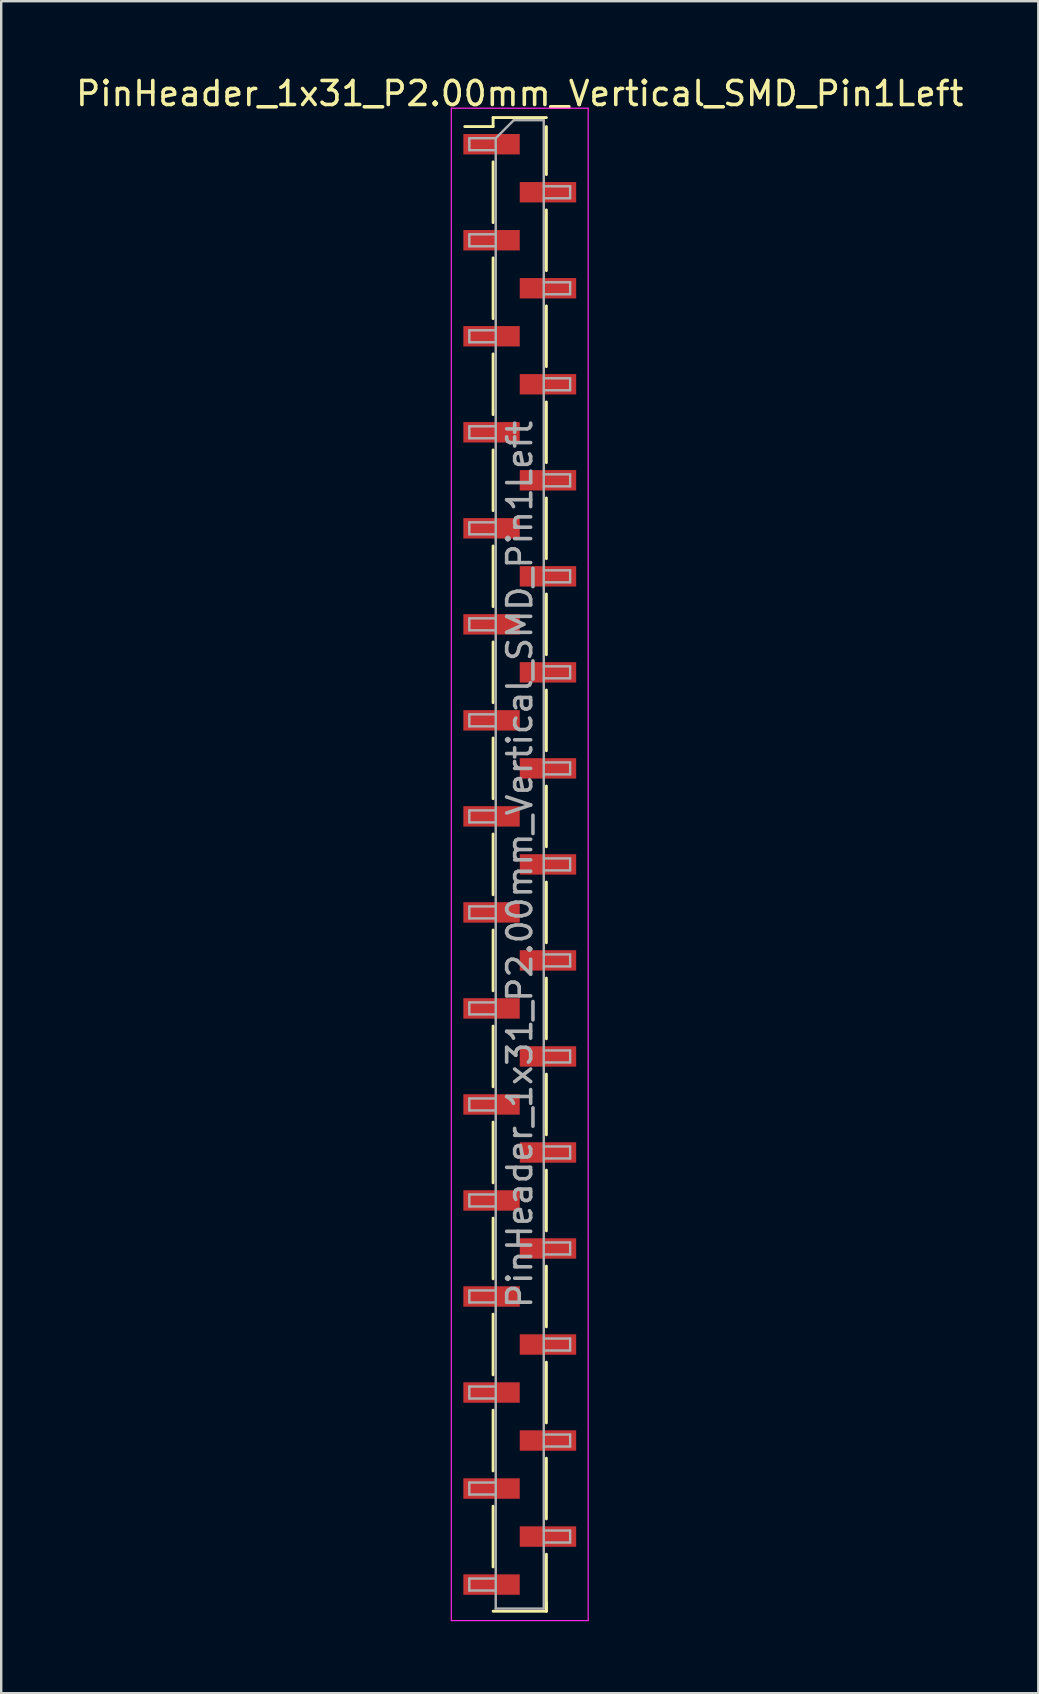
<source format=kicad_pcb>
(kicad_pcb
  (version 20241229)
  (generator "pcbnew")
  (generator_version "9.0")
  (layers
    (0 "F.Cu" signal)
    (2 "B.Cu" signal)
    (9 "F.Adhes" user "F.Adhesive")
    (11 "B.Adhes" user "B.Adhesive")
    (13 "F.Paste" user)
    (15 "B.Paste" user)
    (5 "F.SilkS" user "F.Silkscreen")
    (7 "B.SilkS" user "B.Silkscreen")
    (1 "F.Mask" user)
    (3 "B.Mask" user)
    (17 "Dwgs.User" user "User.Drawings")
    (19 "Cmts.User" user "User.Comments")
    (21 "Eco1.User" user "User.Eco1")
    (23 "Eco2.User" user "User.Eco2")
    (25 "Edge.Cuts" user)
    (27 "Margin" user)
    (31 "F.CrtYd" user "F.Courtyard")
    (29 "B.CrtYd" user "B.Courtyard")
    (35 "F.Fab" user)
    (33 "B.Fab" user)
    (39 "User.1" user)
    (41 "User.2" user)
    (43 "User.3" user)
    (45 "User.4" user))
  (footprint "PinHeader_1x31_P2.00mm_Vertical_SMD_Pin1Left"
    (layer "F.Cu")
    (at 18.601 32.958)
    (property "Reference" "PinHeader_1x31_P2.00mm_Vertical_SMD_Pin1Left" (at 0 -32.11 0) (layer "F.SilkS") (effects (font (size 1 1) (thickness 0.15))))
    (attr smd)
    (fp_line (start -1.11 -31.11) (end -1.11 -30.735) (stroke (width 0.12) (type solid)) (layer "F.SilkS"))
    (fp_line (start -1.11 -31.11) (end 1.11 -31.11) (stroke (width 0.12) (type solid)) (layer "F.SilkS"))
    (fp_line (start -1.11 -30.735) (end -2.29 -30.735) (stroke (width 0.12) (type solid)) (layer "F.SilkS"))
    (fp_line (start -1.11 -29.265) (end -1.11 -26.735) (stroke (width 0.12) (type solid)) (layer "F.SilkS"))
    (fp_line (start -1.11 -25.265) (end -1.11 -22.735) (stroke (width 0.12) (type solid)) (layer "F.SilkS"))
    (fp_line (start -1.11 -21.265) (end -1.11 -18.735) (stroke (width 0.12) (type solid)) (layer "F.SilkS"))
    (fp_line (start -1.11 -17.265) (end -1.11 -14.735) (stroke (width 0.12) (type solid)) (layer "F.SilkS"))
    (fp_line (start -1.11 -13.265) (end -1.11 -10.735) (stroke (width 0.12) (type solid)) (layer "F.SilkS"))
    (fp_line (start -1.11 -9.265) (end -1.11 -6.735) (stroke (width 0.12) (type solid)) (layer "F.SilkS"))
    (fp_line (start -1.11 -5.265) (end -1.11 -2.735) (stroke (width 0.12) (type solid)) (layer "F.SilkS"))
    (fp_line (start -1.11 -1.265) (end -1.11 1.265) (stroke (width 0.12) (type solid)) (layer "F.SilkS"))
    (fp_line (start -1.11 2.735) (end -1.11 5.265) (stroke (width 0.12) (type solid)) (layer "F.SilkS"))
    (fp_line (start -1.11 6.735) (end -1.11 9.265) (stroke (width 0.12) (type solid)) (layer "F.SilkS"))
    (fp_line (start -1.11 10.735) (end -1.11 13.265) (stroke (width 0.12) (type solid)) (layer "F.SilkS"))
    (fp_line (start -1.11 14.735) (end -1.11 17.265) (stroke (width 0.12) (type solid)) (layer "F.SilkS"))
    (fp_line (start -1.11 18.735) (end -1.11 21.265) (stroke (width 0.12) (type solid)) (layer "F.SilkS"))
    (fp_line (start -1.11 22.735) (end -1.11 25.265) (stroke (width 0.12) (type solid)) (layer "F.SilkS"))
    (fp_line (start -1.11 26.735) (end -1.11 29.265) (stroke (width 0.12) (type solid)) (layer "F.SilkS"))
    (fp_line (start -1.11 31.11) (end 1.11 31.11) (stroke (width 0.12) (type solid)) (layer "F.SilkS"))
    (fp_line (start 1.11 -30.735) (end 1.11 -28.735) (stroke (width 0.12) (type solid)) (layer "F.SilkS"))
    (fp_line (start 1.11 -27.265) (end 1.11 -24.735) (stroke (width 0.12) (type solid)) (layer "F.SilkS"))
    (fp_line (start 1.11 -23.265) (end 1.11 -20.735) (stroke (width 0.12) (type solid)) (layer "F.SilkS"))
    (fp_line (start 1.11 -19.265) (end 1.11 -16.735) (stroke (width 0.12) (type solid)) (layer "F.SilkS"))
    (fp_line (start 1.11 -15.265) (end 1.11 -12.735) (stroke (width 0.12) (type solid)) (layer "F.SilkS"))
    (fp_line (start 1.11 -11.265) (end 1.11 -8.735) (stroke (width 0.12) (type solid)) (layer "F.SilkS"))
    (fp_line (start 1.11 -7.265) (end 1.11 -4.735) (stroke (width 0.12) (type solid)) (layer "F.SilkS"))
    (fp_line (start 1.11 -3.265) (end 1.11 -0.735) (stroke (width 0.12) (type solid)) (layer "F.SilkS"))
    (fp_line (start 1.11 0.735) (end 1.11 3.265) (stroke (width 0.12) (type solid)) (layer "F.SilkS"))
    (fp_line (start 1.11 4.735) (end 1.11 7.265) (stroke (width 0.12) (type solid)) (layer "F.SilkS"))
    (fp_line (start 1.11 8.735) (end 1.11 11.265) (stroke (width 0.12) (type solid)) (layer "F.SilkS"))
    (fp_line (start 1.11 12.735) (end 1.11 15.265) (stroke (width 0.12) (type solid)) (layer "F.SilkS"))
    (fp_line (start 1.11 16.735) (end 1.11 19.265) (stroke (width 0.12) (type solid)) (layer "F.SilkS"))
    (fp_line (start 1.11 20.735) (end 1.11 23.265) (stroke (width 0.12) (type solid)) (layer "F.SilkS"))
    (fp_line (start 1.11 24.735) (end 1.11 27.265) (stroke (width 0.12) (type solid)) (layer "F.SilkS"))
    (fp_line (start 1.11 28.735) (end 1.11 31.11) (stroke (width 0.12) (type solid)) (layer "F.SilkS"))
    (fp_line (start 1.11 30.735) (end 1.11 31.11) (stroke (width 0.12) (type solid)) (layer "F.SilkS"))
    (fp_line (start -2.85 -31.5) (end -2.85 31.5) (stroke (width 0.05) (type solid)) (layer "F.CrtYd"))
    (fp_line (start -2.85 31.5) (end 2.85 31.5) (stroke (width 0.05) (type solid)) (layer "F.CrtYd"))
    (fp_line (start 2.85 -31.5) (end -2.85 -31.5) (stroke (width 0.05) (type solid)) (layer "F.CrtYd"))
    (fp_line (start 2.85 31.5) (end 2.85 -31.5) (stroke (width 0.05) (type solid)) (layer "F.CrtYd"))
    (fp_line (start -2.1 -30.25) (end -2.1 -29.75) (stroke (width 0.1) (type solid)) (layer "F.Fab"))
    (fp_line (start -2.1 -29.75) (end -1 -29.75) (stroke (width 0.1) (type solid)) (layer "F.Fab"))
    (fp_line (start -2.1 -26.25) (end -2.1 -25.75) (stroke (width 0.1) (type solid)) (layer "F.Fab"))
    (fp_line (start -2.1 -25.75) (end -1 -25.75) (stroke (width 0.1) (type solid)) (layer "F.Fab"))
    (fp_line (start -2.1 -22.25) (end -2.1 -21.75) (stroke (width 0.1) (type solid)) (layer "F.Fab"))
    (fp_line (start -2.1 -21.75) (end -1 -21.75) (stroke (width 0.1) (type solid)) (layer "F.Fab"))
    (fp_line (start -2.1 -18.25) (end -2.1 -17.75) (stroke (width 0.1) (type solid)) (layer "F.Fab"))
    (fp_line (start -2.1 -17.75) (end -1 -17.75) (stroke (width 0.1) (type solid)) (layer "F.Fab"))
    (fp_line (start -2.1 -14.25) (end -2.1 -13.75) (stroke (width 0.1) (type solid)) (layer "F.Fab"))
    (fp_line (start -2.1 -13.75) (end -1 -13.75) (stroke (width 0.1) (type solid)) (layer "F.Fab"))
    (fp_line (start -2.1 -10.25) (end -2.1 -9.75) (stroke (width 0.1) (type solid)) (layer "F.Fab"))
    (fp_line (start -2.1 -9.75) (end -1 -9.75) (stroke (width 0.1) (type solid)) (layer "F.Fab"))
    (fp_line (start -2.1 -6.25) (end -2.1 -5.75) (stroke (width 0.1) (type solid)) (layer "F.Fab"))
    (fp_line (start -2.1 -5.75) (end -1 -5.75) (stroke (width 0.1) (type solid)) (layer "F.Fab"))
    (fp_line (start -2.1 -2.25) (end -2.1 -1.75) (stroke (width 0.1) (type solid)) (layer "F.Fab"))
    (fp_line (start -2.1 -1.75) (end -1 -1.75) (stroke (width 0.1) (type solid)) (layer "F.Fab"))
    (fp_line (start -2.1 1.75) (end -2.1 2.25) (stroke (width 0.1) (type solid)) (layer "F.Fab"))
    (fp_line (start -2.1 2.25) (end -1 2.25) (stroke (width 0.1) (type solid)) (layer "F.Fab"))
    (fp_line (start -2.1 5.75) (end -2.1 6.25) (stroke (width 0.1) (type solid)) (layer "F.Fab"))
    (fp_line (start -2.1 6.25) (end -1 6.25) (stroke (width 0.1) (type solid)) (layer "F.Fab"))
    (fp_line (start -2.1 9.75) (end -2.1 10.25) (stroke (width 0.1) (type solid)) (layer "F.Fab"))
    (fp_line (start -2.1 10.25) (end -1 10.25) (stroke (width 0.1) (type solid)) (layer "F.Fab"))
    (fp_line (start -2.1 13.75) (end -2.1 14.25) (stroke (width 0.1) (type solid)) (layer "F.Fab"))
    (fp_line (start -2.1 14.25) (end -1 14.25) (stroke (width 0.1) (type solid)) (layer "F.Fab"))
    (fp_line (start -2.1 17.75) (end -2.1 18.25) (stroke (width 0.1) (type solid)) (layer "F.Fab"))
    (fp_line (start -2.1 18.25) (end -1 18.25) (stroke (width 0.1) (type solid)) (layer "F.Fab"))
    (fp_line (start -2.1 21.75) (end -2.1 22.25) (stroke (width 0.1) (type solid)) (layer "F.Fab"))
    (fp_line (start -2.1 22.25) (end -1 22.25) (stroke (width 0.1) (type solid)) (layer "F.Fab"))
    (fp_line (start -2.1 25.75) (end -2.1 26.25) (stroke (width 0.1) (type solid)) (layer "F.Fab"))
    (fp_line (start -2.1 26.25) (end -1 26.25) (stroke (width 0.1) (type solid)) (layer "F.Fab"))
    (fp_line (start -2.1 29.75) (end -2.1 30.25) (stroke (width 0.1) (type solid)) (layer "F.Fab"))
    (fp_line (start -2.1 30.25) (end -1 30.25) (stroke (width 0.1) (type solid)) (layer "F.Fab"))
    (fp_line (start -1 -30.25) (end -2.1 -30.25) (stroke (width 0.1) (type solid)) (layer "F.Fab"))
    (fp_line (start -1 -30.25) (end -0.25 -31) (stroke (width 0.1) (type solid)) (layer "F.Fab"))
    (fp_line (start -1 -26.25) (end -2.1 -26.25) (stroke (width 0.1) (type solid)) (layer "F.Fab"))
    (fp_line (start -1 -22.25) (end -2.1 -22.25) (stroke (width 0.1) (type solid)) (layer "F.Fab"))
    (fp_line (start -1 -18.25) (end -2.1 -18.25) (stroke (width 0.1) (type solid)) (layer "F.Fab"))
    (fp_line (start -1 -14.25) (end -2.1 -14.25) (stroke (width 0.1) (type solid)) (layer "F.Fab"))
    (fp_line (start -1 -10.25) (end -2.1 -10.25) (stroke (width 0.1) (type solid)) (layer "F.Fab"))
    (fp_line (start -1 -6.25) (end -2.1 -6.25) (stroke (width 0.1) (type solid)) (layer "F.Fab"))
    (fp_line (start -1 -2.25) (end -2.1 -2.25) (stroke (width 0.1) (type solid)) (layer "F.Fab"))
    (fp_line (start -1 1.75) (end -2.1 1.75) (stroke (width 0.1) (type solid)) (layer "F.Fab"))
    (fp_line (start -1 5.75) (end -2.1 5.75) (stroke (width 0.1) (type solid)) (layer "F.Fab"))
    (fp_line (start -1 9.75) (end -2.1 9.75) (stroke (width 0.1) (type solid)) (layer "F.Fab"))
    (fp_line (start -1 13.75) (end -2.1 13.75) (stroke (width 0.1) (type solid)) (layer "F.Fab"))
    (fp_line (start -1 17.75) (end -2.1 17.75) (stroke (width 0.1) (type solid)) (layer "F.Fab"))
    (fp_line (start -1 21.75) (end -2.1 21.75) (stroke (width 0.1) (type solid)) (layer "F.Fab"))
    (fp_line (start -1 25.75) (end -2.1 25.75) (stroke (width 0.1) (type solid)) (layer "F.Fab"))
    (fp_line (start -1 29.75) (end -2.1 29.75) (stroke (width 0.1) (type solid)) (layer "F.Fab"))
    (fp_line (start -1 31) (end -1 -30.25) (stroke (width 0.1) (type solid)) (layer "F.Fab"))
    (fp_line (start -0.25 -31) (end 1 -31) (stroke (width 0.1) (type solid)) (layer "F.Fab"))
    (fp_line (start 1 -31) (end 1 31) (stroke (width 0.1) (type solid)) (layer "F.Fab"))
    (fp_line (start 1 -28.25) (end 2.1 -28.25) (stroke (width 0.1) (type solid)) (layer "F.Fab"))
    (fp_line (start 1 -24.25) (end 2.1 -24.25) (stroke (width 0.1) (type solid)) (layer "F.Fab"))
    (fp_line (start 1 -20.25) (end 2.1 -20.25) (stroke (width 0.1) (type solid)) (layer "F.Fab"))
    (fp_line (start 1 -16.25) (end 2.1 -16.25) (stroke (width 0.1) (type solid)) (layer "F.Fab"))
    (fp_line (start 1 -12.25) (end 2.1 -12.25) (stroke (width 0.1) (type solid)) (layer "F.Fab"))
    (fp_line (start 1 -8.25) (end 2.1 -8.25) (stroke (width 0.1) (type solid)) (layer "F.Fab"))
    (fp_line (start 1 -4.25) (end 2.1 -4.25) (stroke (width 0.1) (type solid)) (layer "F.Fab"))
    (fp_line (start 1 -0.25) (end 2.1 -0.25) (stroke (width 0.1) (type solid)) (layer "F.Fab"))
    (fp_line (start 1 3.75) (end 2.1 3.75) (stroke (width 0.1) (type solid)) (layer "F.Fab"))
    (fp_line (start 1 7.75) (end 2.1 7.75) (stroke (width 0.1) (type solid)) (layer "F.Fab"))
    (fp_line (start 1 11.75) (end 2.1 11.75) (stroke (width 0.1) (type solid)) (layer "F.Fab"))
    (fp_line (start 1 15.75) (end 2.1 15.75) (stroke (width 0.1) (type solid)) (layer "F.Fab"))
    (fp_line (start 1 19.75) (end 2.1 19.75) (stroke (width 0.1) (type solid)) (layer "F.Fab"))
    (fp_line (start 1 23.75) (end 2.1 23.75) (stroke (width 0.1) (type solid)) (layer "F.Fab"))
    (fp_line (start 1 27.75) (end 2.1 27.75) (stroke (width 0.1) (type solid)) (layer "F.Fab"))
    (fp_line (start 1 31) (end -1 31) (stroke (width 0.1) (type solid)) (layer "F.Fab"))
    (fp_line (start 2.1 -28.25) (end 2.1 -27.75) (stroke (width 0.1) (type solid)) (layer "F.Fab"))
    (fp_line (start 2.1 -27.75) (end 1 -27.75) (stroke (width 0.1) (type solid)) (layer "F.Fab"))
    (fp_line (start 2.1 -24.25) (end 2.1 -23.75) (stroke (width 0.1) (type solid)) (layer "F.Fab"))
    (fp_line (start 2.1 -23.75) (end 1 -23.75) (stroke (width 0.1) (type solid)) (layer "F.Fab"))
    (fp_line (start 2.1 -20.25) (end 2.1 -19.75) (stroke (width 0.1) (type solid)) (layer "F.Fab"))
    (fp_line (start 2.1 -19.75) (end 1 -19.75) (stroke (width 0.1) (type solid)) (layer "F.Fab"))
    (fp_line (start 2.1 -16.25) (end 2.1 -15.75) (stroke (width 0.1) (type solid)) (layer "F.Fab"))
    (fp_line (start 2.1 -15.75) (end 1 -15.75) (stroke (width 0.1) (type solid)) (layer "F.Fab"))
    (fp_line (start 2.1 -12.25) (end 2.1 -11.75) (stroke (width 0.1) (type solid)) (layer "F.Fab"))
    (fp_line (start 2.1 -11.75) (end 1 -11.75) (stroke (width 0.1) (type solid)) (layer "F.Fab"))
    (fp_line (start 2.1 -8.25) (end 2.1 -7.75) (stroke (width 0.1) (type solid)) (layer "F.Fab"))
    (fp_line (start 2.1 -7.75) (end 1 -7.75) (stroke (width 0.1) (type solid)) (layer "F.Fab"))
    (fp_line (start 2.1 -4.25) (end 2.1 -3.75) (stroke (width 0.1) (type solid)) (layer "F.Fab"))
    (fp_line (start 2.1 -3.75) (end 1 -3.75) (stroke (width 0.1) (type solid)) (layer "F.Fab"))
    (fp_line (start 2.1 -0.25) (end 2.1 0.25) (stroke (width 0.1) (type solid)) (layer "F.Fab"))
    (fp_line (start 2.1 0.25) (end 1 0.25) (stroke (width 0.1) (type solid)) (layer "F.Fab"))
    (fp_line (start 2.1 3.75) (end 2.1 4.25) (stroke (width 0.1) (type solid)) (layer "F.Fab"))
    (fp_line (start 2.1 4.25) (end 1 4.25) (stroke (width 0.1) (type solid)) (layer "F.Fab"))
    (fp_line (start 2.1 7.75) (end 2.1 8.25) (stroke (width 0.1) (type solid)) (layer "F.Fab"))
    (fp_line (start 2.1 8.25) (end 1 8.25) (stroke (width 0.1) (type solid)) (layer "F.Fab"))
    (fp_line (start 2.1 11.75) (end 2.1 12.25) (stroke (width 0.1) (type solid)) (layer "F.Fab"))
    (fp_line (start 2.1 12.25) (end 1 12.25) (stroke (width 0.1) (type solid)) (layer "F.Fab"))
    (fp_line (start 2.1 15.75) (end 2.1 16.25) (stroke (width 0.1) (type solid)) (layer "F.Fab"))
    (fp_line (start 2.1 16.25) (end 1 16.25) (stroke (width 0.1) (type solid)) (layer "F.Fab"))
    (fp_line (start 2.1 19.75) (end 2.1 20.25) (stroke (width 0.1) (type solid)) (layer "F.Fab"))
    (fp_line (start 2.1 20.25) (end 1 20.25) (stroke (width 0.1) (type solid)) (layer "F.Fab"))
    (fp_line (start 2.1 23.75) (end 2.1 24.25) (stroke (width 0.1) (type solid)) (layer "F.Fab"))
    (fp_line (start 2.1 24.25) (end 1 24.25) (stroke (width 0.1) (type solid)) (layer "F.Fab"))
    (fp_line (start 2.1 27.75) (end 2.1 28.25) (stroke (width 0.1) (type solid)) (layer "F.Fab"))
    (fp_line (start 2.1 28.25) (end 1 28.25) (stroke (width 0.1) (type solid)) (layer "F.Fab"))
    (fp_text user "${REFERENCE}" (at 0 0 90) (layer "F.Fab") (effects (font (size 1 1) (thickness 0.15))))
    (pad "1" smd rect (at -1.175 -30) (size 2.35 0.85) (layers "F.Cu" "F.Mask" "F.Paste"))
    (pad "2" smd rect (at 1.175 -28) (size 2.35 0.85) (layers "F.Cu" "F.Mask" "F.Paste"))
    (pad "3" smd rect (at -1.175 -26) (size 2.35 0.85) (layers "F.Cu" "F.Mask" "F.Paste"))
    (pad "4" smd rect (at 1.175 -24) (size 2.35 0.85) (layers "F.Cu" "F.Mask" "F.Paste"))
    (pad "5" smd rect (at -1.175 -22) (size 2.35 0.85) (layers "F.Cu" "F.Mask" "F.Paste"))
    (pad "6" smd rect (at 1.175 -20) (size 2.35 0.85) (layers "F.Cu" "F.Mask" "F.Paste"))
    (pad "7" smd rect (at -1.175 -18) (size 2.35 0.85) (layers "F.Cu" "F.Mask" "F.Paste"))
    (pad "8" smd rect (at 1.175 -16) (size 2.35 0.85) (layers "F.Cu" "F.Mask" "F.Paste"))
    (pad "9" smd rect (at -1.175 -14) (size 2.35 0.85) (layers "F.Cu" "F.Mask" "F.Paste"))
    (pad "10" smd rect (at 1.175 -12) (size 2.35 0.85) (layers "F.Cu" "F.Mask" "F.Paste"))
    (pad "11" smd rect (at -1.175 -10) (size 2.35 0.85) (layers "F.Cu" "F.Mask" "F.Paste"))
    (pad "12" smd rect (at 1.175 -8) (size 2.35 0.85) (layers "F.Cu" "F.Mask" "F.Paste"))
    (pad "13" smd rect (at -1.175 -6) (size 2.35 0.85) (layers "F.Cu" "F.Mask" "F.Paste"))
    (pad "14" smd rect (at 1.175 -4) (size 2.35 0.85) (layers "F.Cu" "F.Mask" "F.Paste"))
    (pad "15" smd rect (at -1.175 -2) (size 2.35 0.85) (layers "F.Cu" "F.Mask" "F.Paste"))
    (pad "16" smd rect (at 1.175 0) (size 2.35 0.85) (layers "F.Cu" "F.Mask" "F.Paste"))
    (pad "17" smd rect (at -1.175 2) (size 2.35 0.85) (layers "F.Cu" "F.Mask" "F.Paste"))
    (pad "18" smd rect (at 1.175 4) (size 2.35 0.85) (layers "F.Cu" "F.Mask" "F.Paste"))
    (pad "19" smd rect (at -1.175 6) (size 2.35 0.85) (layers "F.Cu" "F.Mask" "F.Paste"))
    (pad "20" smd rect (at 1.175 8) (size 2.35 0.85) (layers "F.Cu" "F.Mask" "F.Paste"))
    (pad "21" smd rect (at -1.175 10) (size 2.35 0.85) (layers "F.Cu" "F.Mask" "F.Paste"))
    (pad "22" smd rect (at 1.175 12) (size 2.35 0.85) (layers "F.Cu" "F.Mask" "F.Paste"))
    (pad "23" smd rect (at -1.175 14) (size 2.35 0.85) (layers "F.Cu" "F.Mask" "F.Paste"))
    (pad "24" smd rect (at 1.175 16) (size 2.35 0.85) (layers "F.Cu" "F.Mask" "F.Paste"))
    (pad "25" smd rect (at -1.175 18) (size 2.35 0.85) (layers "F.Cu" "F.Mask" "F.Paste"))
    (pad "26" smd rect (at 1.175 20) (size 2.35 0.85) (layers "F.Cu" "F.Mask" "F.Paste"))
    (pad "27" smd rect (at -1.175 22) (size 2.35 0.85) (layers "F.Cu" "F.Mask" "F.Paste"))
    (pad "28" smd rect (at 1.175 24) (size 2.35 0.85) (layers "F.Cu" "F.Mask" "F.Paste"))
    (pad "29" smd rect (at -1.175 26) (size 2.35 0.85) (layers "F.Cu" "F.Mask" "F.Paste"))
    (pad "30" smd rect (at 1.175 28) (size 2.35 0.85) (layers "F.Cu" "F.Mask" "F.Paste"))
    (pad "31" smd rect (at -1.175 30) (size 2.35 0.85) (layers "F.Cu" "F.Mask" "F.Paste")))
  (gr_rect
    (start -3 -3)
    (end 40.202 67.483)
    (stroke (width 0.1) (type default))
    (fill no)
    (layer "Edge.Cuts")))
</source>
